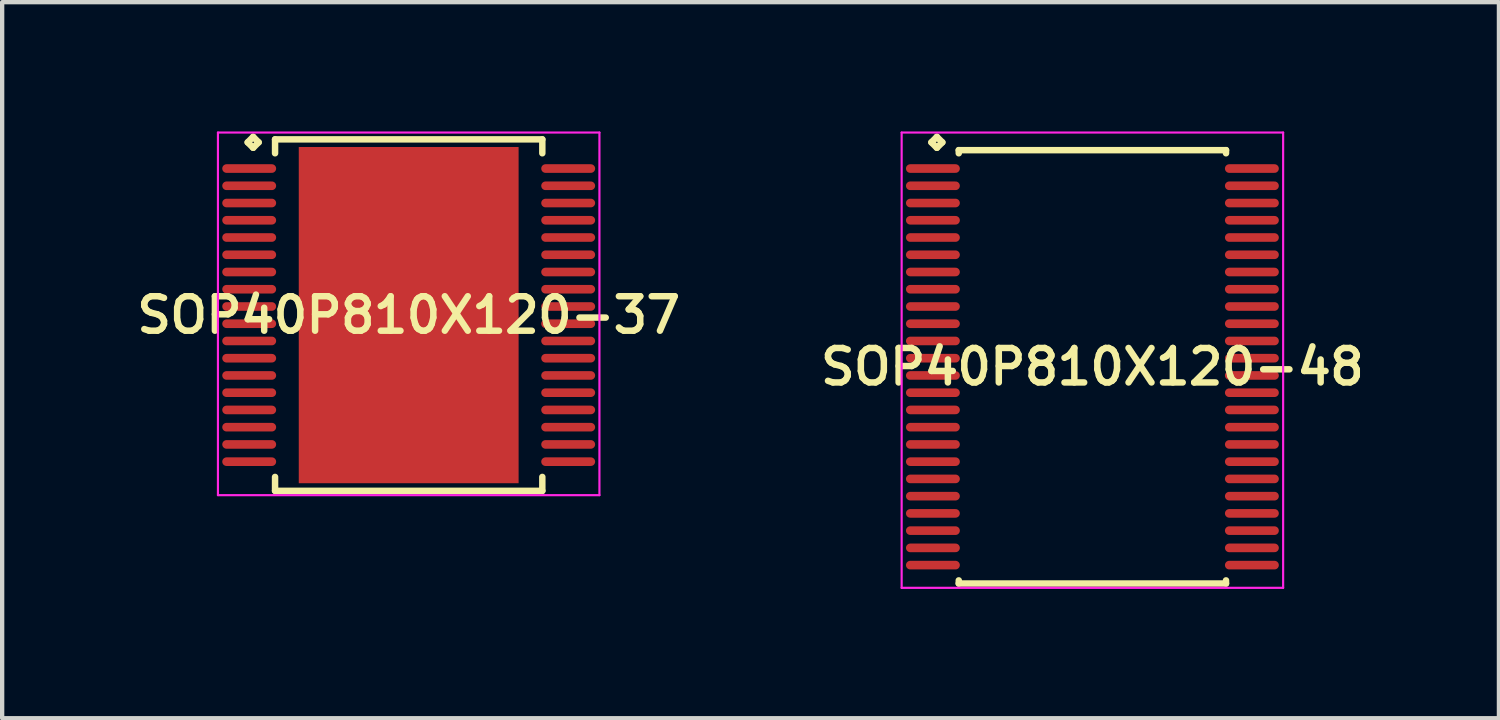
<source format=kicad_pcb>
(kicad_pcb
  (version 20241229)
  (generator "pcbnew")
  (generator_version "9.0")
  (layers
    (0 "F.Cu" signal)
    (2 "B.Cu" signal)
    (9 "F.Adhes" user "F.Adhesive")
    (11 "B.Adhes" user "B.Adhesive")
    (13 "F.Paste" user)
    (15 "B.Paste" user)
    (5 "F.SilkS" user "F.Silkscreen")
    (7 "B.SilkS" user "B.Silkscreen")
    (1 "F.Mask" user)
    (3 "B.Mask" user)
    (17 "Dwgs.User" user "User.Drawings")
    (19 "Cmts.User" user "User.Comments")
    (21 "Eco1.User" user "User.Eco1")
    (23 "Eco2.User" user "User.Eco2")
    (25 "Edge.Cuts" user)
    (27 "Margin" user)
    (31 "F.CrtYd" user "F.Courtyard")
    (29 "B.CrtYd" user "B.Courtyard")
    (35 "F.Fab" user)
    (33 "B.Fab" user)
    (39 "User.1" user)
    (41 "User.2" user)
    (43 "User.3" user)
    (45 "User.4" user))
  (footprint "SOP40P810X120-37"
    (layer "F.Cu")
    (at 6.431 4.26)
    (property "Reference" "SOP40P810X120-37" (at 0 0 0) (layer "F.SilkS") (effects (font (size 0.8 0.8) (thickness 0.15))))
    (attr smd)
    (fp_line (start -3.735 -4.008) (end -3.608 -4.135) (stroke (width 0.15) (type solid)) (layer "F.SilkS"))
    (fp_line (start -3.608 -4.135) (end -3.481 -4.008) (stroke (width 0.15) (type solid)) (layer "F.SilkS"))
    (fp_line (start -3.608 -3.881) (end -3.735 -4.008) (stroke (width 0.15) (type solid)) (layer "F.SilkS"))
    (fp_line (start -3.481 -4.008) (end -3.608 -3.881) (stroke (width 0.15) (type solid)) (layer "F.SilkS"))
    (fp_line (start -3.1 -4.077) (end 3.1 -4.077) (stroke (width 0.15) (type solid)) (layer "F.SilkS"))
    (fp_line (start -3.1 -3.754) (end -3.1 -4.077) (stroke (width 0.15) (type solid)) (layer "F.SilkS"))
    (fp_line (start -3.1 3.754) (end -3.1 4.077) (stroke (width 0.15) (type solid)) (layer "F.SilkS"))
    (fp_line (start -3.1 4.077) (end 3.1 4.077) (stroke (width 0.15) (type solid)) (layer "F.SilkS"))
    (fp_line (start 3.1 -4.077) (end 3.1 -3.754) (stroke (width 0.15) (type solid)) (layer "F.SilkS"))
    (fp_line (start 3.1 4.077) (end 3.1 3.754) (stroke (width 0.15) (type solid)) (layer "F.SilkS"))
    (fp_line (start -4.425 -4.235) (end 4.425 -4.235) (stroke (width 0.05) (type solid)) (layer "F.CrtYd"))
    (fp_line (start -4.425 4.177) (end -4.425 -4.235) (stroke (width 0.05) (type solid)) (layer "F.CrtYd"))
    (fp_line (start 4.425 -4.235) (end 4.425 4.177) (stroke (width 0.05) (type solid)) (layer "F.CrtYd"))
    (fp_line (start 4.425 4.177) (end -4.425 4.177) (stroke (width 0.05) (type solid)) (layer "F.CrtYd"))
    (pad "1" smd oval (at -3.7 -3.4) (size 1.25 0.2) (layers "F.Cu" "F.Mask" "F.Paste"))
    (pad "2" smd oval (at -3.7 -3) (size 1.25 0.2) (layers "F.Cu" "F.Mask" "F.Paste"))
    (pad "3" smd oval (at -3.7 -2.6) (size 1.25 0.2) (layers "F.Cu" "F.Mask" "F.Paste"))
    (pad "4" smd oval (at -3.7 -2.2) (size 1.25 0.2) (layers "F.Cu" "F.Mask" "F.Paste"))
    (pad "5" smd oval (at -3.7 -1.8) (size 1.25 0.2) (layers "F.Cu" "F.Mask" "F.Paste"))
    (pad "6" smd oval (at -3.7 -1.4) (size 1.25 0.2) (layers "F.Cu" "F.Mask" "F.Paste"))
    (pad "7" smd oval (at -3.7 -1) (size 1.25 0.2) (layers "F.Cu" "F.Mask" "F.Paste"))
    (pad "8" smd oval (at -3.7 -0.6) (size 1.25 0.2) (layers "F.Cu" "F.Mask" "F.Paste"))
    (pad "9" smd oval (at -3.7 -0.2) (size 1.25 0.2) (layers "F.Cu" "F.Mask" "F.Paste"))
    (pad "10" smd oval (at -3.7 0.2) (size 1.25 0.2) (layers "F.Cu" "F.Mask" "F.Paste"))
    (pad "11" smd oval (at -3.7 0.6) (size 1.25 0.2) (layers "F.Cu" "F.Mask" "F.Paste"))
    (pad "12" smd oval (at -3.7 1) (size 1.25 0.2) (layers "F.Cu" "F.Mask" "F.Paste"))
    (pad "13" smd oval (at -3.7 1.4) (size 1.25 0.2) (layers "F.Cu" "F.Mask" "F.Paste"))
    (pad "14" smd oval (at -3.7 1.8) (size 1.25 0.2) (layers "F.Cu" "F.Mask" "F.Paste"))
    (pad "15" smd oval (at -3.7 2.2) (size 1.25 0.2) (layers "F.Cu" "F.Mask" "F.Paste"))
    (pad "16" smd oval (at -3.7 2.6) (size 1.25 0.2) (layers "F.Cu" "F.Mask" "F.Paste"))
    (pad "17" smd oval (at -3.7 3) (size 1.25 0.2) (layers "F.Cu" "F.Mask" "F.Paste"))
    (pad "18" smd oval (at -3.7 3.4) (size 1.25 0.2) (layers "F.Cu" "F.Mask" "F.Paste"))
    (pad "19" smd oval (at 3.7 3.4) (size 1.25 0.2) (layers "F.Cu" "F.Mask" "F.Paste"))
    (pad "20" smd oval (at 3.7 3) (size 1.25 0.2) (layers "F.Cu" "F.Mask" "F.Paste"))
    (pad "21" smd oval (at 3.7 2.6) (size 1.25 0.2) (layers "F.Cu" "F.Mask" "F.Paste"))
    (pad "22" smd oval (at 3.7 2.2) (size 1.25 0.2) (layers "F.Cu" "F.Mask" "F.Paste"))
    (pad "23" smd oval (at 3.7 1.8) (size 1.25 0.2) (layers "F.Cu" "F.Mask" "F.Paste"))
    (pad "24" smd oval (at 3.7 1.4) (size 1.25 0.2) (layers "F.Cu" "F.Mask" "F.Paste"))
    (pad "25" smd oval (at 3.7 1) (size 1.25 0.2) (layers "F.Cu" "F.Mask" "F.Paste"))
    (pad "26" smd oval (at 3.7 0.6) (size 1.25 0.2) (layers "F.Cu" "F.Mask" "F.Paste"))
    (pad "27" smd oval (at 3.7 0.2) (size 1.25 0.2) (layers "F.Cu" "F.Mask" "F.Paste"))
    (pad "28" smd oval (at 3.7 -0.2) (size 1.25 0.2) (layers "F.Cu" "F.Mask" "F.Paste"))
    (pad "29" smd oval (at 3.7 -0.6) (size 1.25 0.2) (layers "F.Cu" "F.Mask" "F.Paste"))
    (pad "30" smd oval (at 3.7 -1) (size 1.25 0.2) (layers "F.Cu" "F.Mask" "F.Paste"))
    (pad "31" smd oval (at 3.7 -1.4) (size 1.25 0.2) (layers "F.Cu" "F.Mask" "F.Paste"))
    (pad "32" smd oval (at 3.7 -1.8) (size 1.25 0.2) (layers "F.Cu" "F.Mask" "F.Paste"))
    (pad "33" smd oval (at 3.7 -2.2) (size 1.25 0.2) (layers "F.Cu" "F.Mask" "F.Paste"))
    (pad "34" smd oval (at 3.7 -2.6) (size 1.25 0.2) (layers "F.Cu" "F.Mask" "F.Paste"))
    (pad "35" smd oval (at 3.7 -3) (size 1.25 0.2) (layers "F.Cu" "F.Mask" "F.Paste"))
    (pad "36" smd oval (at 3.7 -3.4) (size 1.25 0.2) (layers "F.Cu" "F.Mask" "F.Paste"))
    (pad "37" smd rect (at 0 0) (size 5.1 7.8) (layers "F.Cu" "F.Mask" "F.Paste")))
  (footprint "SOP40P810X120-48"
    (layer "F.Cu")
    (at 22.292 5.46)
    (property "Reference" "SOP40P810X120-48" (at 0 0 0) (layer "F.SilkS") (effects (font (size 0.8 0.8) (thickness 0.15))))
    (attr smd)
    (fp_line (start -3.735 -5.208) (end -3.608 -5.335) (stroke (width 0.15) (type solid)) (layer "F.SilkS"))
    (fp_line (start -3.608 -5.335) (end -3.481 -5.208) (stroke (width 0.15) (type solid)) (layer "F.SilkS"))
    (fp_line (start -3.608 -5.081) (end -3.735 -5.208) (stroke (width 0.15) (type solid)) (layer "F.SilkS"))
    (fp_line (start -3.481 -5.208) (end -3.608 -5.081) (stroke (width 0.15) (type solid)) (layer "F.SilkS"))
    (fp_line (start -3.1 -5.027) (end 3.1 -5.027) (stroke (width 0.15) (type solid)) (layer "F.SilkS"))
    (fp_line (start -3.1 -4.954) (end -3.1 -5.027) (stroke (width 0.15) (type solid)) (layer "F.SilkS"))
    (fp_line (start -3.1 4.954) (end -3.1 5.027) (stroke (width 0.15) (type solid)) (layer "F.SilkS"))
    (fp_line (start -3.1 5.027) (end 3.1 5.027) (stroke (width 0.15) (type solid)) (layer "F.SilkS"))
    (fp_line (start 3.1 -5.027) (end 3.1 -4.954) (stroke (width 0.15) (type solid)) (layer "F.SilkS"))
    (fp_line (start 3.1 5.027) (end 3.1 4.954) (stroke (width 0.15) (type solid)) (layer "F.SilkS"))
    (fp_line (start -4.425 -5.435) (end 4.425 -5.435) (stroke (width 0.05) (type solid)) (layer "F.CrtYd"))
    (fp_line (start -4.425 5.127) (end -4.425 -5.435) (stroke (width 0.05) (type solid)) (layer "F.CrtYd"))
    (fp_line (start 4.425 -5.435) (end 4.425 5.127) (stroke (width 0.05) (type solid)) (layer "F.CrtYd"))
    (fp_line (start 4.425 5.127) (end -4.425 5.127) (stroke (width 0.05) (type solid)) (layer "F.CrtYd"))
    (pad "1" smd oval (at -3.7 -4.6) (size 1.25 0.2) (layers "F.Cu" "F.Mask" "F.Paste"))
    (pad "2" smd oval (at -3.7 -4.2) (size 1.25 0.2) (layers "F.Cu" "F.Mask" "F.Paste"))
    (pad "3" smd oval (at -3.7 -3.8) (size 1.25 0.2) (layers "F.Cu" "F.Mask" "F.Paste"))
    (pad "4" smd oval (at -3.7 -3.4) (size 1.25 0.2) (layers "F.Cu" "F.Mask" "F.Paste"))
    (pad "5" smd oval (at -3.7 -3) (size 1.25 0.2) (layers "F.Cu" "F.Mask" "F.Paste"))
    (pad "6" smd oval (at -3.7 -2.6) (size 1.25 0.2) (layers "F.Cu" "F.Mask" "F.Paste"))
    (pad "7" smd oval (at -3.7 -2.2) (size 1.25 0.2) (layers "F.Cu" "F.Mask" "F.Paste"))
    (pad "8" smd oval (at -3.7 -1.8) (size 1.25 0.2) (layers "F.Cu" "F.Mask" "F.Paste"))
    (pad "9" smd oval (at -3.7 -1.4) (size 1.25 0.2) (layers "F.Cu" "F.Mask" "F.Paste"))
    (pad "10" smd oval (at -3.7 -1) (size 1.25 0.2) (layers "F.Cu" "F.Mask" "F.Paste"))
    (pad "11" smd oval (at -3.7 -0.6) (size 1.25 0.2) (layers "F.Cu" "F.Mask" "F.Paste"))
    (pad "12" smd oval (at -3.7 -0.2) (size 1.25 0.2) (layers "F.Cu" "F.Mask" "F.Paste"))
    (pad "13" smd oval (at -3.7 0.2) (size 1.25 0.2) (layers "F.Cu" "F.Mask" "F.Paste"))
    (pad "14" smd oval (at -3.7 0.6) (size 1.25 0.2) (layers "F.Cu" "F.Mask" "F.Paste"))
    (pad "15" smd oval (at -3.7 1) (size 1.25 0.2) (layers "F.Cu" "F.Mask" "F.Paste"))
    (pad "16" smd oval (at -3.7 1.4) (size 1.25 0.2) (layers "F.Cu" "F.Mask" "F.Paste"))
    (pad "17" smd oval (at -3.7 1.8) (size 1.25 0.2) (layers "F.Cu" "F.Mask" "F.Paste"))
    (pad "18" smd oval (at -3.7 2.2) (size 1.25 0.2) (layers "F.Cu" "F.Mask" "F.Paste"))
    (pad "19" smd oval (at -3.7 2.6) (size 1.25 0.2) (layers "F.Cu" "F.Mask" "F.Paste"))
    (pad "20" smd oval (at -3.7 3) (size 1.25 0.2) (layers "F.Cu" "F.Mask" "F.Paste"))
    (pad "21" smd oval (at -3.7 3.4) (size 1.25 0.2) (layers "F.Cu" "F.Mask" "F.Paste"))
    (pad "22" smd oval (at -3.7 3.8) (size 1.25 0.2) (layers "F.Cu" "F.Mask" "F.Paste"))
    (pad "23" smd oval (at -3.7 4.2) (size 1.25 0.2) (layers "F.Cu" "F.Mask" "F.Paste"))
    (pad "24" smd oval (at -3.7 4.6) (size 1.25 0.2) (layers "F.Cu" "F.Mask" "F.Paste"))
    (pad "25" smd oval (at 3.7 4.6) (size 1.25 0.2) (layers "F.Cu" "F.Mask" "F.Paste"))
    (pad "26" smd oval (at 3.7 4.2) (size 1.25 0.2) (layers "F.Cu" "F.Mask" "F.Paste"))
    (pad "27" smd oval (at 3.7 3.8) (size 1.25 0.2) (layers "F.Cu" "F.Mask" "F.Paste"))
    (pad "28" smd oval (at 3.7 3.4) (size 1.25 0.2) (layers "F.Cu" "F.Mask" "F.Paste"))
    (pad "29" smd oval (at 3.7 3) (size 1.25 0.2) (layers "F.Cu" "F.Mask" "F.Paste"))
    (pad "30" smd oval (at 3.7 2.6) (size 1.25 0.2) (layers "F.Cu" "F.Mask" "F.Paste"))
    (pad "31" smd oval (at 3.7 2.2) (size 1.25 0.2) (layers "F.Cu" "F.Mask" "F.Paste"))
    (pad "32" smd oval (at 3.7 1.8) (size 1.25 0.2) (layers "F.Cu" "F.Mask" "F.Paste"))
    (pad "33" smd oval (at 3.7 1.4) (size 1.25 0.2) (layers "F.Cu" "F.Mask" "F.Paste"))
    (pad "34" smd oval (at 3.7 1) (size 1.25 0.2) (layers "F.Cu" "F.Mask" "F.Paste"))
    (pad "35" smd oval (at 3.7 0.6) (size 1.25 0.2) (layers "F.Cu" "F.Mask" "F.Paste"))
    (pad "36" smd oval (at 3.7 0.2) (size 1.25 0.2) (layers "F.Cu" "F.Mask" "F.Paste"))
    (pad "37" smd oval (at 3.7 -0.2) (size 1.25 0.2) (layers "F.Cu" "F.Mask" "F.Paste"))
    (pad "38" smd oval (at 3.7 -0.6) (size 1.25 0.2) (layers "F.Cu" "F.Mask" "F.Paste"))
    (pad "39" smd oval (at 3.7 -1) (size 1.25 0.2) (layers "F.Cu" "F.Mask" "F.Paste"))
    (pad "40" smd oval (at 3.7 -1.4) (size 1.25 0.2) (layers "F.Cu" "F.Mask" "F.Paste"))
    (pad "41" smd oval (at 3.7 -1.8) (size 1.25 0.2) (layers "F.Cu" "F.Mask" "F.Paste"))
    (pad "42" smd oval (at 3.7 -2.2) (size 1.25 0.2) (layers "F.Cu" "F.Mask" "F.Paste"))
    (pad "43" smd oval (at 3.7 -2.6) (size 1.25 0.2) (layers "F.Cu" "F.Mask" "F.Paste"))
    (pad "44" smd oval (at 3.7 -3) (size 1.25 0.2) (layers "F.Cu" "F.Mask" "F.Paste"))
    (pad "45" smd oval (at 3.7 -3.4) (size 1.25 0.2) (layers "F.Cu" "F.Mask" "F.Paste"))
    (pad "46" smd oval (at 3.7 -3.8) (size 1.25 0.2) (layers "F.Cu" "F.Mask" "F.Paste"))
    (pad "47" smd oval (at 3.7 -4.2) (size 1.25 0.2) (layers "F.Cu" "F.Mask" "F.Paste"))
    (pad "48" smd oval (at 3.7 -4.6) (size 1.25 0.2) (layers "F.Cu" "F.Mask" "F.Paste")))
  (gr_rect
    (start -3 -3)
    (end 31.723 13.612)
    (stroke (width 0.1) (type default))
    (fill no)
    (layer "Edge.Cuts")))
</source>
